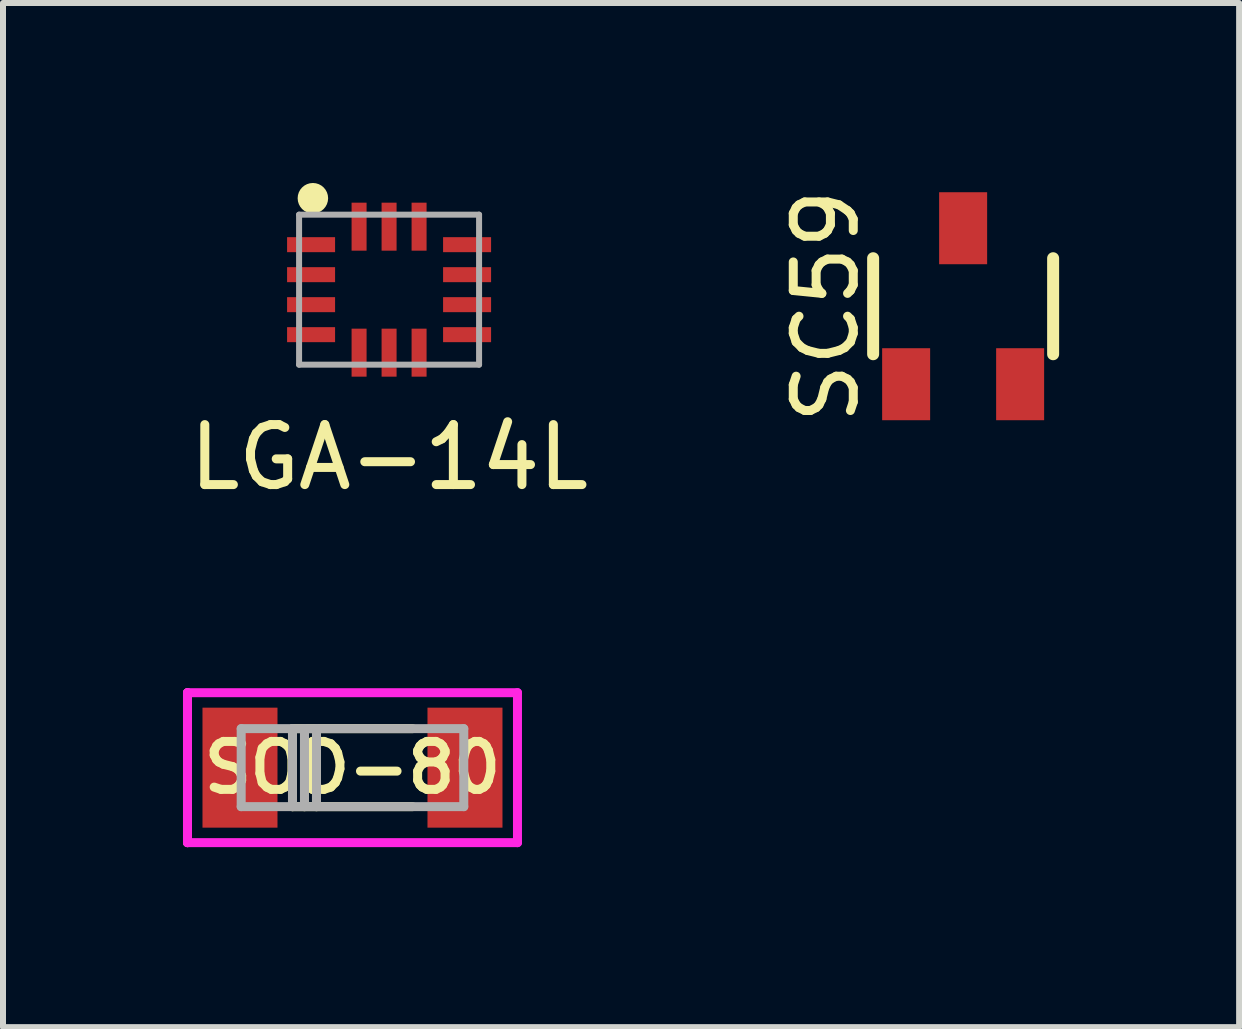
<source format=kicad_pcb>
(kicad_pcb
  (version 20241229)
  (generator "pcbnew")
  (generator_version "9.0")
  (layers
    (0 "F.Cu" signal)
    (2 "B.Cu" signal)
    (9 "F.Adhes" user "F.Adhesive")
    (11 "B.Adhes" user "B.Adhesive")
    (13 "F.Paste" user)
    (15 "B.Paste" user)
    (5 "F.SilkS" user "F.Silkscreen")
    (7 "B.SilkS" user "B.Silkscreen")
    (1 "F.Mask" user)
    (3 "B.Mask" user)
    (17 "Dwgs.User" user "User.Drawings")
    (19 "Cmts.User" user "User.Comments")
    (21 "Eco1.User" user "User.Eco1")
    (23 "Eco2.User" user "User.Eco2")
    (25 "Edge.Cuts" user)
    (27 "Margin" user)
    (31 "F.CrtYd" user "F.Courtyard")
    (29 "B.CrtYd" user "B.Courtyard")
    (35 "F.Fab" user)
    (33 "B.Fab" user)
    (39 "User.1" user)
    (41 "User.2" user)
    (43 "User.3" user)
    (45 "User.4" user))
  (footprint "SOD-80"
    (layer "F.Cu")
    (at 2.825 9.745)
    (property "Reference" "SOD-80" (at 0 0 0) (layer "F.SilkS") (effects (font (size 0.8 0.8) (thickness 0.15))))
    (attr through_hole)
    (fp_line (start -2.75 1.25) (end -2.75 -1.25) (stroke (width 0.15) (type solid)) (layer "F.SilkS"))
    (fp_line (start -1 -0.65) (end 1 -0.65) (stroke (width 0.15) (type solid)) (layer "F.SilkS"))
    (fp_line (start -1 0.65) (end -1 -0.65) (stroke (width 0.15) (type solid)) (layer "F.SilkS"))
    (fp_line (start -0.8 0.65) (end -0.8 -0.65) (stroke (width 0.15) (type solid)) (layer "F.SilkS"))
    (fp_line (start -0.6 -0.65) (end -0.6 0.65) (stroke (width 0.15) (type solid)) (layer "F.SilkS"))
    (fp_line (start 1 0.65) (end -1 0.65) (stroke (width 0.15) (type solid)) (layer "F.SilkS"))
    (fp_line (start -2.75 -1.25) (end 2.75 -1.25) (stroke (width 0.15) (type solid)) (layer "F.CrtYd"))
    (fp_line (start -2.75 1.25) (end -2.75 -1.25) (stroke (width 0.15) (type solid)) (layer "F.CrtYd"))
    (fp_line (start 2.75 -1.25) (end 2.75 1.25) (stroke (width 0.15) (type solid)) (layer "F.CrtYd"))
    (fp_line (start 2.75 1.25) (end -2.75 1.25) (stroke (width 0.15) (type solid)) (layer "F.CrtYd"))
    (fp_line (start -1.855 -0.65) (end 1.855 -0.65) (stroke (width 0.15) (type solid)) (layer "F.Fab"))
    (fp_line (start -1.855 0.65) (end -1.855 -0.65) (stroke (width 0.15) (type solid)) (layer "F.Fab"))
    (fp_line (start -1 -0.65) (end -1 0.65) (stroke (width 0.15) (type solid)) (layer "F.Fab"))
    (fp_line (start -0.8 0.65) (end -0.8 -0.65) (stroke (width 0.15) (type solid)) (layer "F.Fab"))
    (fp_line (start -0.6 -0.65) (end -0.6 0.65) (stroke (width 0.15) (type solid)) (layer "F.Fab"))
    (fp_line (start 1.855 -0.65) (end 1.855 0.65) (stroke (width 0.15) (type solid)) (layer "F.Fab"))
    (fp_line (start 1.855 0.65) (end -1.855 0.65) (stroke (width 0.15) (type solid)) (layer "F.Fab"))
    (pad "1" smd rect (at -1.875 0) (size 1.25 2) (layers "F.Cu" "F.Mask" "F.Paste"))
    (pad "2" smd rect (at 1.875 0) (size 1.25 2) (layers "F.Cu" "F.Mask" "F.Paste")))
  (footprint "LGA-14L"
    (layer "F.Cu")
    (at 3.435 1.778)
    (property "Reference" "LGA-14L" (at 0 2.794 0) (layer "F.SilkS") (effects (font (size 1 1) (thickness 0.15))))
    (attr through_hole)
    (fp_circle (center -1.27 -1.524) (end -1.143 -1.524) (stroke (width 0.254) (type solid)) (fill no) (layer "F.SilkS"))
    (fp_line (start -1.5 -1.25) (end -1.5 1.25) (stroke (width 0.1) (type solid)) (layer "F.Fab"))
    (fp_line (start -1.5 1.25) (end 1.5 1.25) (stroke (width 0.1) (type solid)) (layer "F.Fab"))
    (fp_line (start 1.5 -1.25) (end -1.5 -1.25) (stroke (width 0.1) (type solid)) (layer "F.Fab"))
    (fp_line (start 1.5 1.25) (end 1.5 -1.25) (stroke (width 0.1) (type solid)) (layer "F.Fab"))
    (pad "1" smd rect (at -1.3 -0.75) (size 0.8 0.25) (layers "F.Cu" "F.Mask" "F.Paste"))
    (pad "2" smd rect (at -1.3 -0.25) (size 0.8 0.25) (layers "F.Cu" "F.Mask" "F.Paste"))
    (pad "3" smd rect (at -1.3 0.25) (size 0.8 0.25) (layers "F.Cu" "F.Mask" "F.Paste"))
    (pad "4" smd rect (at -1.3 0.75) (size 0.8 0.25) (layers "F.Cu" "F.Mask" "F.Paste"))
    (pad "5" smd rect (at -0.5 1.05) (size 0.25 0.8) (layers "F.Cu" "F.Mask" "F.Paste"))
    (pad "6" smd rect (at 0 1.05) (size 0.25 0.8) (layers "F.Cu" "F.Mask" "F.Paste"))
    (pad "7" smd rect (at 0.5 1.05) (size 0.25 0.8) (layers "F.Cu" "F.Mask" "F.Paste"))
    (pad "8" smd rect (at 1.3 0.75) (size 0.8 0.25) (layers "F.Cu" "F.Mask" "F.Paste"))
    (pad "9" smd rect (at 1.3 0.25) (size 0.8 0.25) (layers "F.Cu" "F.Mask" "F.Paste"))
    (pad "10" smd rect (at 1.3 -0.25) (size 0.8 0.25) (layers "F.Cu" "F.Mask" "F.Paste"))
    (pad "11" smd rect (at 1.3 -0.75) (size 0.8 0.25) (layers "F.Cu" "F.Mask" "F.Paste"))
    (pad "12" smd rect (at 0.5 -1.05) (size 0.25 0.8) (layers "F.Cu" "F.Mask" "F.Paste"))
    (pad "13" smd rect (at 0 -1.05) (size 0.25 0.8) (layers "F.Cu" "F.Mask" "F.Paste"))
    (pad "14" smd rect (at -0.5 -1.05) (size 0.25 0.8) (layers "F.Cu" "F.Mask" "F.Paste")))
  (footprint "SC59"
    (layer "F.Cu")
    (at 13.003 2.054)
    (property "Reference" "SC59" (at -2.286 0 90) (layer "F.SilkS") (effects (font (size 1 1) (thickness 0.15))))
    (attr through_hole)
    (fp_line (start -1.5 0.8) (end -1.5 -0.8) (stroke (width 0.2) (type solid)) (layer "F.SilkS"))
    (fp_line (start 1.5 -0.8) (end 1.5 0.8) (stroke (width 0.2) (type solid)) (layer "F.SilkS"))
    (pad "1" smd rect (at -0.95 1.3) (size 0.8 1.2) (layers "F.Cu" "F.Mask" "F.Paste"))
    (pad "2" smd rect (at 0 -1.3) (size 0.8 1.2) (layers "F.Cu" "F.Mask" "F.Paste"))
    (pad "3" smd rect (at 0.95 1.3) (size 0.8 1.2) (layers "F.Cu" "F.Mask" "F.Paste")))
  (gr_rect
    (start -3 -3)
    (end 17.603 14.07)
    (stroke (width 0.1) (type default))
    (fill no)
    (layer "Edge.Cuts")))
</source>
